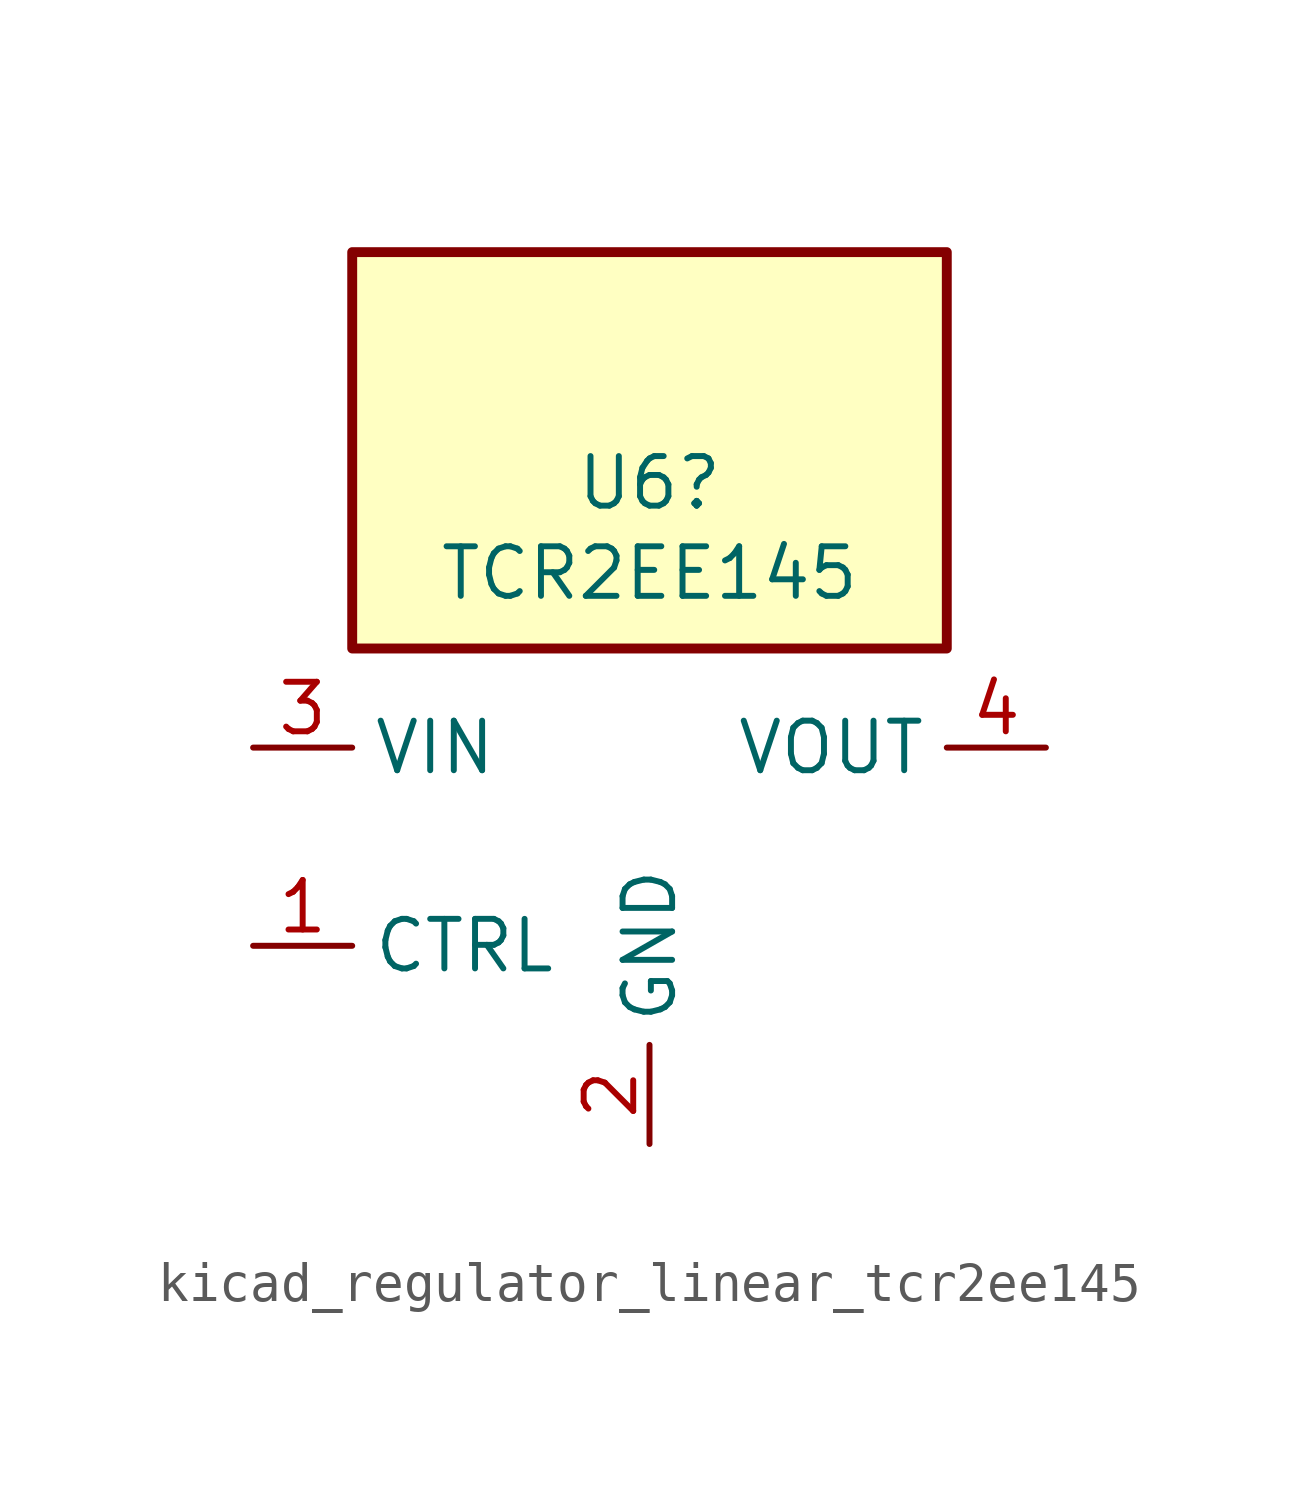
<source format=kicad_sym>
(kicad_symbol_lib
  (version 20220914)
  (generator kicad_symbol_editor)
  (symbol "kicad_regulator_linear_tcr2ee145"
    (property "Reference" "U6"
      (at 0 9.322 0)
      (effects (font (size 1.27 1.27))))
    (property "Value" "TCR2EE145"
      (at 0 7.01 0)
      (effects (font (size 1.27 1.27))))
    (symbol "kicad_regulator_linear_tcr2ee145_0_1"
      (rectangle (start 7.62 15.24) (end -7.62 5.08) (stroke (width 0.254) (type default)) (fill (type background))))
    (symbol "kicad_regulator_linear_tcr2ee145_1_1"
      (pin input line (at -10.16 -2.54 0) (length 2.54) (name "CTRL" (effects (font (size 1.27 1.27)))) (number "1" (effects (font (size 1.27 1.27)))))
      (pin power_in line (at 0 -7.62 90) (length 2.54) (name "GND" (effects (font (size 1.27 1.27)))) (number "2" (effects (font (size 1.27 1.27)))))
      (pin power_in line (at -10.16 2.54 0) (length 2.54) (name "VIN" (effects (font (size 1.27 1.27)))) (number "3" (effects (font (size 1.27 1.27)))))
      (pin power_out line (at 10.16 2.54 180) (length 2.54) (name "VOUT" (effects (font (size 1.27 1.27)))) (number "4" (effects (font (size 1.27 1.27)))))
      (pin no_connect line (at 7.62 -2.54 180) (length 2.54) hide (name "NC" (effects (font (size 1.27 1.27)))) (number "5" (effects (font (size 1.27 1.27))))))))
</source>
